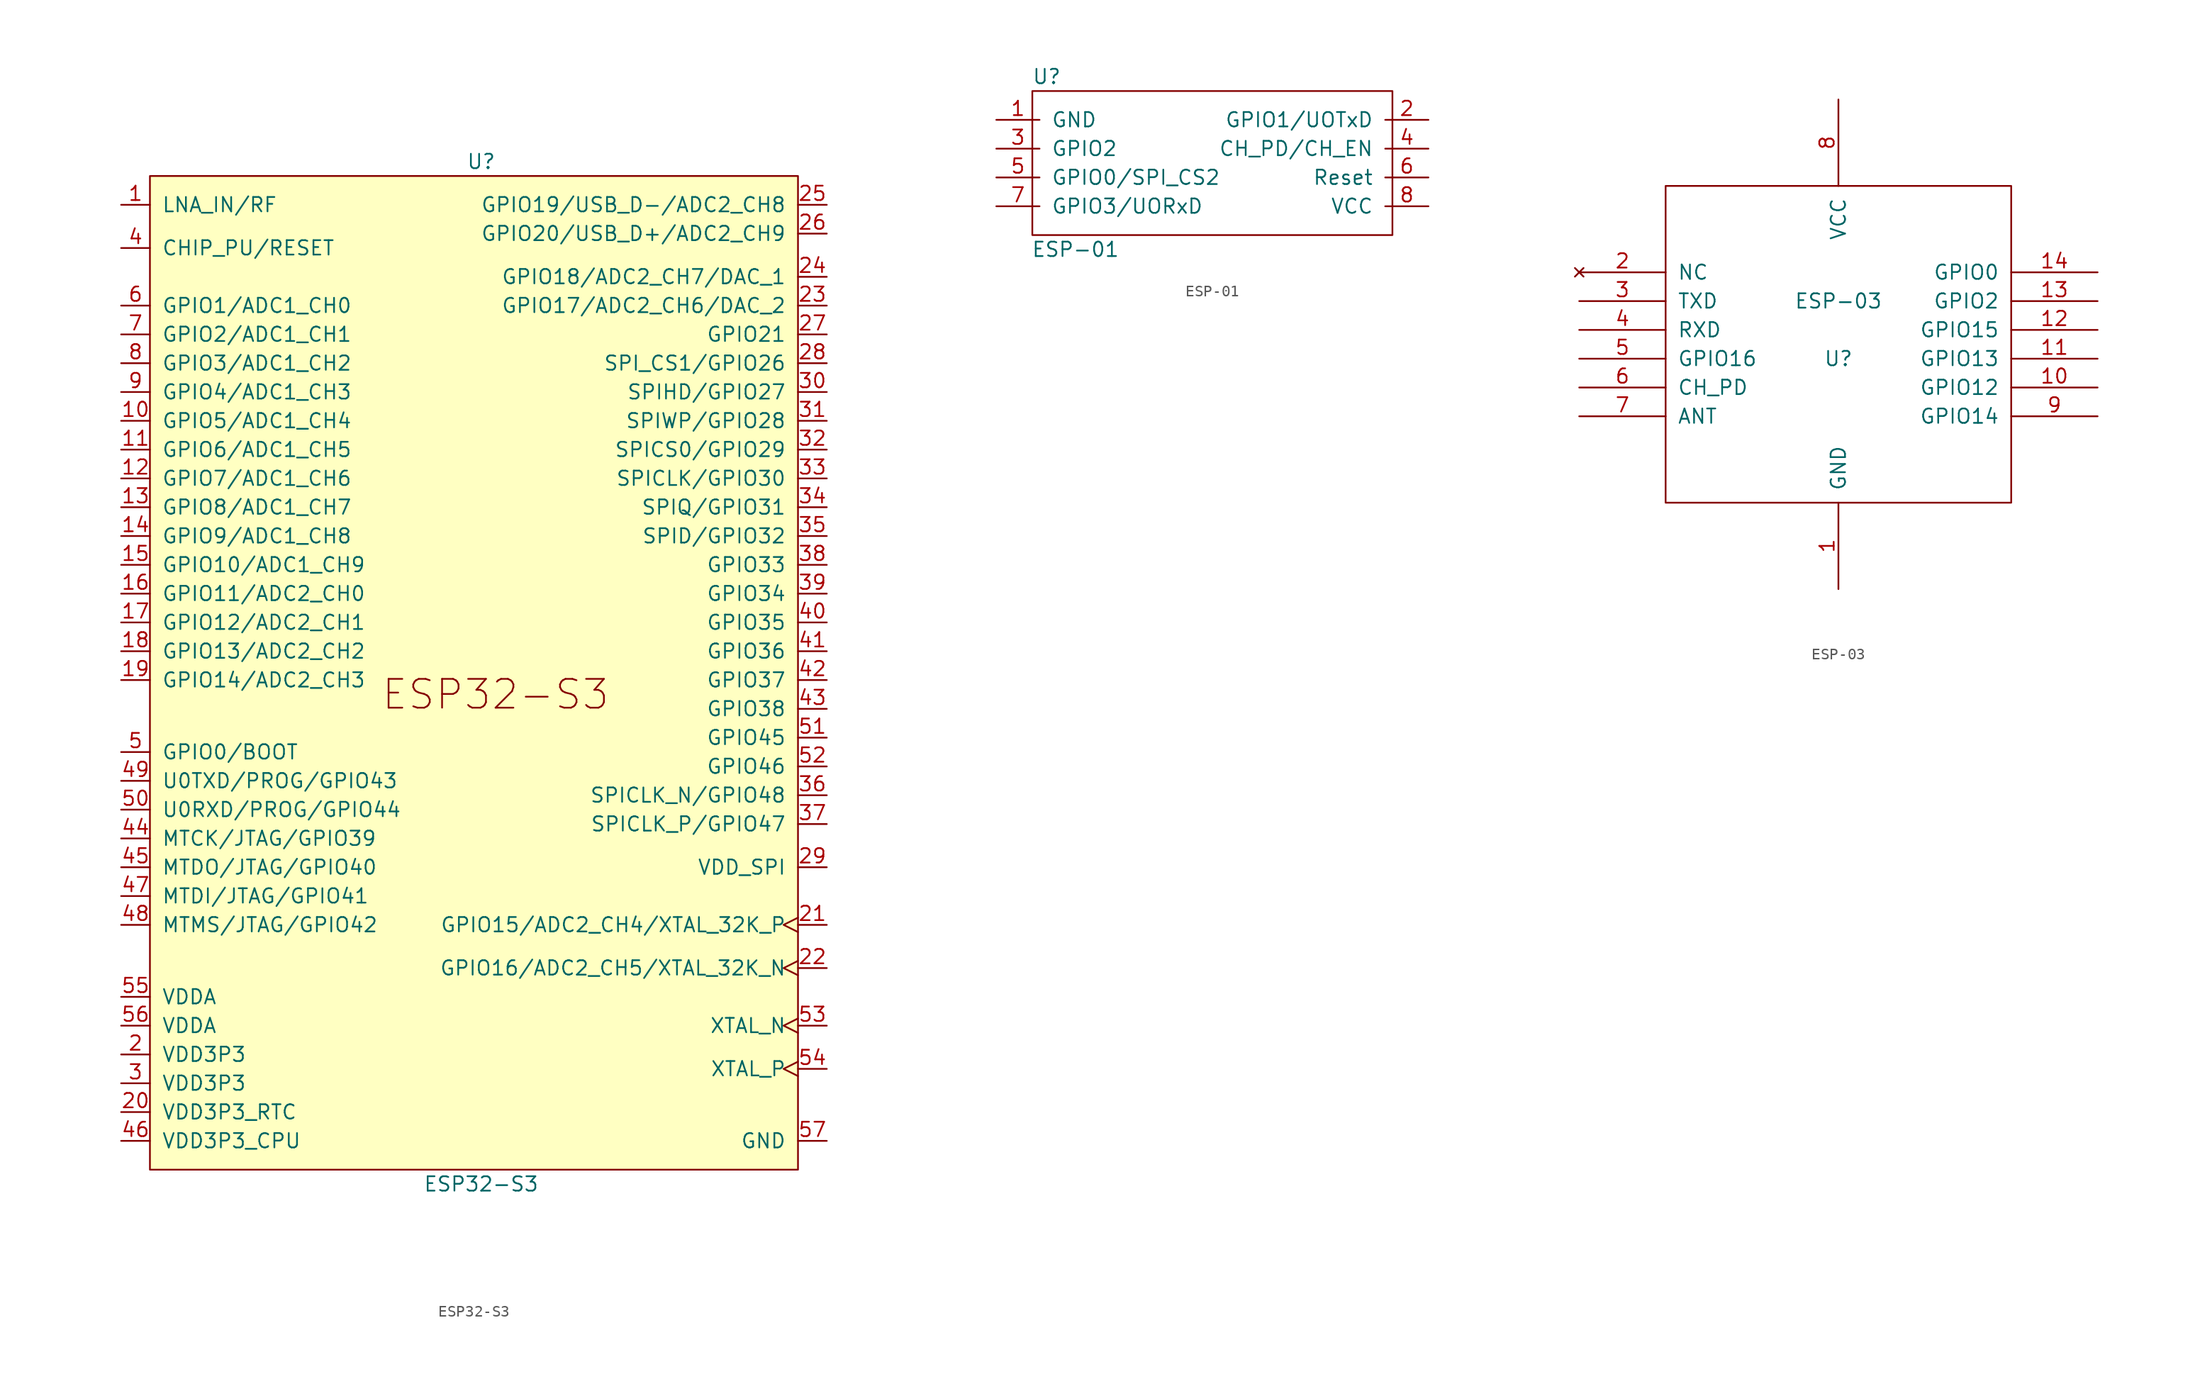
<source format=kicad_sym>
(kicad_symbol_lib
  (version 20231120)
  (generator "kicad_symbol_editor")
  (generator_version "8.0")
  (symbol "ESP32-S3"
    (pin_names
      (offset 1.016))
    (property "Reference" "U"
      (at 0 46.99 0)
      (effects (font (size 1.27 1.27))))
    (property "Value" "ESP32-S3"
      (at 0 -43.18 0)
      (effects (font (size 1.27 1.27))))
    (symbol "ESP32-S3_0_0"
      (text "ESP32-S3" (at 1.27 0 0) (effects (font (size 2.54 2.54))))
      (pin bidirectional line (at 30.48 -8.89 180) (length 2.54) (name "SPICLK_N/GPIO48" (effects (font (size 1.27 1.27)))) (number "36" (effects (font (size 1.27 1.27)))))
      (pin bidirectional line (at 30.48 -11.43 180) (length 2.54) (name "SPICLK_P/GPIO47" (effects (font (size 1.27 1.27)))) (number "37" (effects (font (size 1.27 1.27))))))
    (symbol "ESP32-S3_0_1"
      (rectangle (start -29.21 45.72) (end 27.94 -41.91) (stroke (width 0) (type default)) (fill (type background))))
    (symbol "ESP32-S3_1_1"
      (pin bidirectional line (at -31.75 43.18 0) (length 2.54) (name "LNA_IN/RF" (effects (font (size 1.27 1.27)))) (number "1" (effects (font (size 1.27 1.27)))))
      (pin bidirectional line (at -31.75 24.13 0) (length 2.54) (name "GPIO5/ADC1_CH4" (effects (font (size 1.27 1.27)))) (number "10" (effects (font (size 1.27 1.27)))))
      (pin bidirectional line (at -31.75 21.59 0) (length 2.54) (name "GPIO6/ADC1_CH5" (effects (font (size 1.27 1.27)))) (number "11" (effects (font (size 1.27 1.27)))))
      (pin bidirectional line (at -31.75 19.05 0) (length 2.54) (name "GPIO7/ADC1_CH6" (effects (font (size 1.27 1.27)))) (number "12" (effects (font (size 1.27 1.27)))))
      (pin bidirectional line (at -31.75 16.51 0) (length 2.54) (name "GPIO8/ADC1_CH7" (effects (font (size 1.27 1.27)))) (number "13" (effects (font (size 1.27 1.27)))))
      (pin bidirectional line (at -31.75 13.97 0) (length 2.54) (name "GPIO9/ADC1_CH8" (effects (font (size 1.27 1.27)))) (number "14" (effects (font (size 1.27 1.27)))))
      (pin bidirectional line (at -31.75 11.43 0) (length 2.54) (name "GPIO10/ADC1_CH9" (effects (font (size 1.27 1.27)))) (number "15" (effects (font (size 1.27 1.27)))))
      (pin bidirectional line (at -31.75 8.89 0) (length 2.54) (name "GPIO11/ADC2_CH0" (effects (font (size 1.27 1.27)))) (number "16" (effects (font (size 1.27 1.27)))))
      (pin bidirectional line (at -31.75 6.35 0) (length 2.54) (name "GPIO12/ADC2_CH1" (effects (font (size 1.27 1.27)))) (number "17" (effects (font (size 1.27 1.27)))))
      (pin bidirectional line (at -31.75 3.81 0) (length 2.54) (name "GPIO13/ADC2_CH2" (effects (font (size 1.27 1.27)))) (number "18" (effects (font (size 1.27 1.27)))))
      (pin bidirectional line (at -31.75 1.27 0) (length 2.54) (name "GPIO14/ADC2_CH3" (effects (font (size 1.27 1.27)))) (number "19" (effects (font (size 1.27 1.27)))))
      (pin power_in line (at -31.75 -31.75 0) (length 2.54) (name "VDD3P3" (effects (font (size 1.27 1.27)))) (number "2" (effects (font (size 1.27 1.27)))))
      (pin power_in line (at -31.75 -36.83 0) (length 2.54) (name "VDD3P3_RTC" (effects (font (size 1.27 1.27)))) (number "20" (effects (font (size 1.27 1.27)))))
      (pin input clock (at 30.48 -20.32 180) (length 2.54) (name "GPIO15/ADC2_CH4/XTAL_32K_P" (effects (font (size 1.27 1.27)))) (number "21" (effects (font (size 1.27 1.27)))))
      (pin output clock (at 30.48 -24.13 180) (length 2.54) (name "GPIO16/ADC2_CH5/XTAL_32K_N" (effects (font (size 1.27 1.27)))) (number "22" (effects (font (size 1.27 1.27)))))
      (pin bidirectional line (at 30.48 34.29 180) (length 2.54) (name "GPIO17/ADC2_CH6/DAC_2" (effects (font (size 1.27 1.27)))) (number "23" (effects (font (size 1.27 1.27)))))
      (pin bidirectional line (at 30.48 36.83 180) (length 2.54) (name "GPIO18/ADC2_CH7/DAC_1" (effects (font (size 1.27 1.27)))) (number "24" (effects (font (size 1.27 1.27)))))
      (pin bidirectional line (at 30.48 43.18 180) (length 2.54) (name "GPIO19/USB_D-/ADC2_CH8" (effects (font (size 1.27 1.27)))) (number "25" (effects (font (size 1.27 1.27)))))
      (pin bidirectional line (at 30.48 40.64 180) (length 2.54) (name "GPIO20/USB_D+/ADC2_CH9" (effects (font (size 1.27 1.27)))) (number "26" (effects (font (size 1.27 1.27)))))
      (pin bidirectional line (at 30.48 31.75 180) (length 2.54) (name "GPIO21" (effects (font (size 1.27 1.27)))) (number "27" (effects (font (size 1.27 1.27)))))
      (pin bidirectional line (at 30.48 29.21 180) (length 2.54) (name "SPI_CS1/GPIO26" (effects (font (size 1.27 1.27)))) (number "28" (effects (font (size 1.27 1.27)))))
      (pin power_out line (at 30.48 -15.24 180) (length 2.54) (name "VDD_SPI" (effects (font (size 1.27 1.27)))) (number "29" (effects (font (size 1.27 1.27)))))
      (pin power_in line (at -31.75 -34.29 0) (length 2.54) (name "VDD3P3" (effects (font (size 1.27 1.27)))) (number "3" (effects (font (size 1.27 1.27)))))
      (pin bidirectional line (at 30.48 26.67 180) (length 2.54) (name "SPIHD/GPIO27" (effects (font (size 1.27 1.27)))) (number "30" (effects (font (size 1.27 1.27)))))
      (pin bidirectional line (at 30.48 24.13 180) (length 2.54) (name "SPIWP/GPIO28" (effects (font (size 1.27 1.27)))) (number "31" (effects (font (size 1.27 1.27)))))
      (pin bidirectional line (at 30.48 21.59 180) (length 2.54) (name "SPICS0/GPIO29" (effects (font (size 1.27 1.27)))) (number "32" (effects (font (size 1.27 1.27)))))
      (pin bidirectional line (at 30.48 19.05 180) (length 2.54) (name "SPICLK/GPIO30" (effects (font (size 1.27 1.27)))) (number "33" (effects (font (size 1.27 1.27)))))
      (pin bidirectional line (at 30.48 16.51 180) (length 2.54) (name "SPIQ/GPIO31" (effects (font (size 1.27 1.27)))) (number "34" (effects (font (size 1.27 1.27)))))
      (pin bidirectional line (at 30.48 13.97 180) (length 2.54) (name "SPID/GPIO32" (effects (font (size 1.27 1.27)))) (number "35" (effects (font (size 1.27 1.27)))))
      (pin bidirectional line (at 30.48 11.43 180) (length 2.54) (name "GPIO33" (effects (font (size 1.27 1.27)))) (number "38" (effects (font (size 1.27 1.27)))))
      (pin bidirectional line (at 30.48 8.89 180) (length 2.54) (name "GPIO34" (effects (font (size 1.27 1.27)))) (number "39" (effects (font (size 1.27 1.27)))))
      (pin input line (at -31.75 39.37 0) (length 2.54) (name "CHIP_PU/RESET" (effects (font (size 1.27 1.27)))) (number "4" (effects (font (size 1.27 1.27)))))
      (pin bidirectional line (at 30.48 6.35 180) (length 2.54) (name "GPIO35" (effects (font (size 1.27 1.27)))) (number "40" (effects (font (size 1.27 1.27)))))
      (pin bidirectional line (at 30.48 3.81 180) (length 2.54) (name "GPIO36" (effects (font (size 1.27 1.27)))) (number "41" (effects (font (size 1.27 1.27)))))
      (pin bidirectional line (at 30.48 1.27 180) (length 2.54) (name "GPIO37" (effects (font (size 1.27 1.27)))) (number "42" (effects (font (size 1.27 1.27)))))
      (pin bidirectional line (at 30.48 -1.27 180) (length 2.54) (name "GPIO38" (effects (font (size 1.27 1.27)))) (number "43" (effects (font (size 1.27 1.27)))))
      (pin bidirectional line (at -31.75 -12.7 0) (length 2.54) (name "MTCK/JTAG/GPIO39" (effects (font (size 1.27 1.27)))) (number "44" (effects (font (size 1.27 1.27)))))
      (pin bidirectional line (at -31.75 -15.24 0) (length 2.54) (name "MTDO/JTAG/GPIO40" (effects (font (size 1.27 1.27)))) (number "45" (effects (font (size 1.27 1.27)))))
      (pin power_in line (at -31.75 -39.37 0) (length 2.54) (name "VDD3P3_CPU" (effects (font (size 1.27 1.27)))) (number "46" (effects (font (size 1.27 1.27)))))
      (pin bidirectional line (at -31.75 -17.78 0) (length 2.54) (name "MTDI/JTAG/GPIO41" (effects (font (size 1.27 1.27)))) (number "47" (effects (font (size 1.27 1.27)))))
      (pin bidirectional line (at -31.75 -20.32 0) (length 2.54) (name "MTMS/JTAG/GPIO42" (effects (font (size 1.27 1.27)))) (number "48" (effects (font (size 1.27 1.27)))))
      (pin bidirectional line (at -31.75 -7.62 0) (length 2.54) (name "U0TXD/PROG/GPIO43" (effects (font (size 1.27 1.27)))) (number "49" (effects (font (size 1.27 1.27)))))
      (pin bidirectional line (at -31.75 -5.08 0) (length 2.54) (name "GPIO0/BOOT" (effects (font (size 1.27 1.27)))) (number "5" (effects (font (size 1.27 1.27)))))
      (pin bidirectional line (at -31.75 -10.16 0) (length 2.54) (name "U0RXD/PROG/GPIO44" (effects (font (size 1.27 1.27)))) (number "50" (effects (font (size 1.27 1.27)))))
      (pin bidirectional line (at 30.48 -3.81 180) (length 2.54) (name "GPIO45" (effects (font (size 1.27 1.27)))) (number "51" (effects (font (size 1.27 1.27)))))
      (pin bidirectional line (at 30.48 -6.35 180) (length 2.54) (name "GPIO46" (effects (font (size 1.27 1.27)))) (number "52" (effects (font (size 1.27 1.27)))))
      (pin input clock (at 30.48 -29.21 180) (length 2.54) (name "XTAL_N" (effects (font (size 1.27 1.27)))) (number "53" (effects (font (size 1.27 1.27)))))
      (pin output clock (at 30.48 -33.02 180) (length 2.54) (name "XTAL_P" (effects (font (size 1.27 1.27)))) (number "54" (effects (font (size 1.27 1.27)))))
      (pin power_in line (at -31.75 -26.67 0) (length 2.54) (name "VDDA" (effects (font (size 1.27 1.27)))) (number "55" (effects (font (size 1.27 1.27)))))
      (pin power_in line (at -31.75 -29.21 0) (length 2.54) (name "VDDA" (effects (font (size 1.27 1.27)))) (number "56" (effects (font (size 1.27 1.27)))))
      (pin power_in line (at 30.48 -39.37 180) (length 2.54) (name "GND" (effects (font (size 1.27 1.27)))) (number "57" (effects (font (size 1.27 1.27)))))
      (pin bidirectional line (at -31.75 34.29 0) (length 2.54) (name "GPIO1/ADC1_CH0" (effects (font (size 1.27 1.27)))) (number "6" (effects (font (size 1.27 1.27)))))
      (pin bidirectional line (at -31.75 31.75 0) (length 2.54) (name "GPIO2/ADC1_CH1" (effects (font (size 1.27 1.27)))) (number "7" (effects (font (size 1.27 1.27)))))
      (pin bidirectional line (at -31.75 29.21 0) (length 2.54) (name "GPIO3/ADC1_CH2" (effects (font (size 1.27 1.27)))) (number "8" (effects (font (size 1.27 1.27)))))
      (pin bidirectional line (at -31.75 26.67 0) (length 2.54) (name "GPIO4/ADC1_CH3" (effects (font (size 1.27 1.27)))) (number "9" (effects (font (size 1.27 1.27)))))))
  (symbol "ESP-01"
    (pin_names
      (offset 1.016))
    (property "Reference" "U"
      (at 4.445 3.81 0)
      (effects (font (size 1.27 1.27))))
    (property "Value" "ESP-01"
      (at 6.985 -11.43 0)
      (effects (font (size 1.27 1.27))))
    (symbol "ESP-01_0_1"
      (polyline (pts (xy 3.175 2.54) (xy 34.925 2.54) (xy 34.925 -10.16) (xy 3.175 -10.16) (xy 3.175 2.54)) (stroke (width 0.152) (type default)) (fill (type none))))
    (symbol "ESP-01_1_1"
      (pin output line (at 0 0 0) (length 3.81) (name "GND" (effects (font (size 1.27 1.27)))) (number "1" (effects (font (size 1.27 1.27)))))
      (pin power_in line (at 38.1 0 180) (length 3.81) (name "GPIO1/UOTxD" (effects (font (size 1.27 1.27)))) (number "2" (effects (font (size 1.27 1.27)))))
      (pin input line (at 0 -2.54 0) (length 3.81) (name "GPIO2" (effects (font (size 1.27 1.27)))) (number "3" (effects (font (size 1.27 1.27)))))
      (pin tri_state line (at 38.1 -2.54 180) (length 3.81) (name "CH_PD/CH_EN" (effects (font (size 1.27 1.27)))) (number "4" (effects (font (size 1.27 1.27)))))
      (pin input line (at 0 -5.08 0) (length 3.81) (name "GPIO0/SPI_CS2" (effects (font (size 1.27 1.27)))) (number "5" (effects (font (size 1.27 1.27)))))
      (pin tri_state line (at 38.1 -5.08 180) (length 3.81) (name "Reset" (effects (font (size 1.27 1.27)))) (number "6" (effects (font (size 1.27 1.27)))))
      (pin power_in line (at 0 -7.62 0) (length 3.81) (name "GPIO3/UORxD" (effects (font (size 1.27 1.27)))) (number "7" (effects (font (size 1.27 1.27)))))
      (pin input line (at 38.1 -7.62 180) (length 3.81) (name "VCC" (effects (font (size 1.27 1.27)))) (number "8" (effects (font (size 1.27 1.27)))))))
  (symbol "ESP-03"
    (pin_names
      (offset 1.016))
    (property "Reference" "U"
      (at 0 0 0)
      (effects (font (size 1.27 1.27))))
    (property "Value" "ESP-03"
      (at 0 5.08 0)
      (effects (font (size 1.27 1.27))))
    (symbol "ESP-03_1_0"
      (rectangle (start -15.24 -12.7) (end 15.24 15.24) (stroke (width 0) (type default)) (fill (type none))))
    (symbol "ESP-03_1_1"
      (pin power_in line (at 0 -20.32 90) (length 7.62) (name "GND" (effects (font (size 1.27 1.27)))) (number "1" (effects (font (size 1.27 1.27)))))
      (pin bidirectional line (at 22.86 -2.54 180) (length 7.62) (name "GPIO12" (effects (font (size 1.27 1.27)))) (number "10" (effects (font (size 1.27 1.27)))))
      (pin bidirectional line (at 22.86 0 180) (length 7.62) (name "GPIO13" (effects (font (size 1.27 1.27)))) (number "11" (effects (font (size 1.27 1.27)))))
      (pin bidirectional line (at 22.86 2.54 180) (length 7.62) (name "GPIO15" (effects (font (size 1.27 1.27)))) (number "12" (effects (font (size 1.27 1.27)))))
      (pin bidirectional line (at 22.86 5.08 180) (length 7.62) (name "GPIO2" (effects (font (size 1.27 1.27)))) (number "13" (effects (font (size 1.27 1.27)))))
      (pin input line (at 22.86 7.62 180) (length 7.62) (name "GPIO0" (effects (font (size 1.27 1.27)))) (number "14" (effects (font (size 1.27 1.27)))))
      (pin no_connect line (at -22.86 7.62 0) (length 7.62) (name "NC" (effects (font (size 1.27 1.27)))) (number "2" (effects (font (size 1.27 1.27)))))
      (pin output line (at -22.86 5.08 0) (length 7.62) (name "TXD" (effects (font (size 1.27 1.27)))) (number "3" (effects (font (size 1.27 1.27)))))
      (pin input line (at -22.86 2.54 0) (length 7.62) (name "RXD" (effects (font (size 1.27 1.27)))) (number "4" (effects (font (size 1.27 1.27)))))
      (pin bidirectional line (at -22.86 0 0) (length 7.62) (name "GPIO16" (effects (font (size 1.27 1.27)))) (number "5" (effects (font (size 1.27 1.27)))))
      (pin input line (at -22.86 -2.54 0) (length 7.62) (name "CH_PD" (effects (font (size 1.27 1.27)))) (number "6" (effects (font (size 1.27 1.27)))))
      (pin unspecified line (at -22.86 -5.08 0) (length 7.62) (name "ANT" (effects (font (size 1.27 1.27)))) (number "7" (effects (font (size 1.27 1.27)))))
      (pin power_in line (at 0 22.86 270) (length 7.62) (name "VCC" (effects (font (size 1.27 1.27)))) (number "8" (effects (font (size 1.27 1.27)))))
      (pin bidirectional line (at 22.86 -5.08 180) (length 7.62) (name "GPIO14" (effects (font (size 1.27 1.27)))) (number "9" (effects (font (size 1.27 1.27))))))))
</source>
